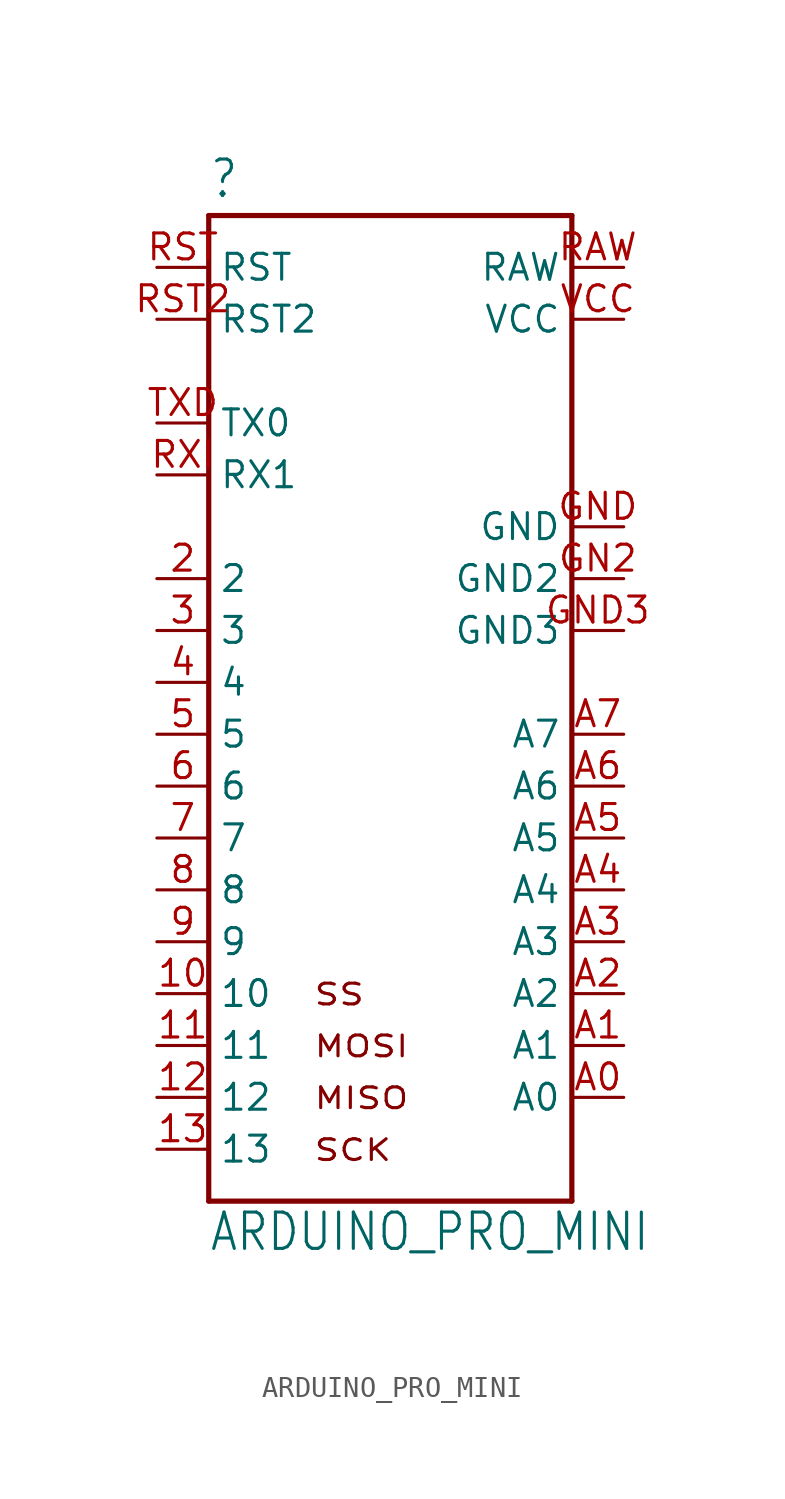
<source format=kicad_sym>
(kicad_symbol_lib
  (version 20201005)
  (generator kicad_symbol_editor)
  (symbol "ARDUINO_PRO_MINI"
    (property "Reference" ""
      (at -7.62 21.082 0)
      (effects (font (size 1.778 1.511)) (justify left bottom)))
    (property "Value" "ARDUINO_PRO_MINI"
      (at -7.62 -30.48 0)
      (effects (font (size 1.778 1.511)) (justify left bottom)))
    (property "ki_locked" ""
      (at 0 0 0)
      (effects (font (size 1.27 1.27))))
    (symbol "ARDUINO_PRO_MINI_1_0"
      (text "SS" (at -2.54 -18.415 0) (effects (font (size 1.016 1.27)) (justify left bottom)))
      (text "MOSI" (at -2.54 -20.955 0) (effects (font (size 1.016 1.27)) (justify left bottom)))
      (text "MISO" (at -2.54 -23.495 0) (effects (font (size 1.016 1.27)) (justify left bottom)))
      (text "SCK" (at -2.54 -26.035 0) (effects (font (size 1.016 1.27)) (justify left bottom)))
      (polyline (pts (xy -7.62 20.32) (xy -7.62 -27.94)) (stroke (width 0.254)) (fill (type none)))
      (polyline (pts (xy -7.62 -27.94) (xy 10.16 -27.94)) (stroke (width 0.254)) (fill (type none)))
      (polyline (pts (xy 10.16 -27.94) (xy 10.16 20.32)) (stroke (width 0.254)) (fill (type none)))
      (polyline (pts (xy 10.16 20.32) (xy -7.62 20.32)) (stroke (width 0.254)) (fill (type none)))
      (pin bidirectional line (at -10.16 2.54 0) (length 2.54) (name "2" (effects (font (size 1.27 1.27)))) (number "2" (effects (font (size 1.27 1.27)))))
      (pin bidirectional line (at -10.16 0 0) (length 2.54) (name "3" (effects (font (size 1.27 1.27)))) (number "3" (effects (font (size 1.27 1.27)))))
      (pin bidirectional line (at -10.16 -2.54 0) (length 2.54) (name "4" (effects (font (size 1.27 1.27)))) (number "4" (effects (font (size 1.27 1.27)))))
      (pin bidirectional line (at -10.16 -5.08 0) (length 2.54) (name "5" (effects (font (size 1.27 1.27)))) (number "5" (effects (font (size 1.27 1.27)))))
      (pin bidirectional line (at -10.16 -7.62 0) (length 2.54) (name "6" (effects (font (size 1.27 1.27)))) (number "6" (effects (font (size 1.27 1.27)))))
      (pin bidirectional line (at -10.16 -10.16 0) (length 2.54) (name "7" (effects (font (size 1.27 1.27)))) (number "7" (effects (font (size 1.27 1.27)))))
      (pin bidirectional line (at -10.16 -12.7 0) (length 2.54) (name "8" (effects (font (size 1.27 1.27)))) (number "8" (effects (font (size 1.27 1.27)))))
      (pin bidirectional line (at -10.16 -15.24 0) (length 2.54) (name "9" (effects (font (size 1.27 1.27)))) (number "9" (effects (font (size 1.27 1.27)))))
      (pin bidirectional line (at -10.16 -17.78 0) (length 2.54) (name "10" (effects (font (size 1.27 1.27)))) (number "10" (effects (font (size 1.27 1.27)))))
      (pin bidirectional line (at -10.16 -20.32 0) (length 2.54) (name "11" (effects (font (size 1.27 1.27)))) (number "11" (effects (font (size 1.27 1.27)))))
      (pin bidirectional line (at -10.16 -22.86 0) (length 2.54) (name "12" (effects (font (size 1.27 1.27)))) (number "12" (effects (font (size 1.27 1.27)))))
      (pin bidirectional line (at -10.16 -25.4 0) (length 2.54) (name "13" (effects (font (size 1.27 1.27)))) (number "13" (effects (font (size 1.27 1.27)))))
      (pin bidirectional line (at 12.7 -22.86 180) (length 2.54) (name "A0" (effects (font (size 1.27 1.27)))) (number "A0" (effects (font (size 1.27 1.27)))))
      (pin bidirectional line (at 12.7 -20.32 180) (length 2.54) (name "A1" (effects (font (size 1.27 1.27)))) (number "A1" (effects (font (size 1.27 1.27)))))
      (pin bidirectional line (at 12.7 -17.78 180) (length 2.54) (name "A2" (effects (font (size 1.27 1.27)))) (number "A2" (effects (font (size 1.27 1.27)))))
      (pin bidirectional line (at 12.7 -15.24 180) (length 2.54) (name "A3" (effects (font (size 1.27 1.27)))) (number "A3" (effects (font (size 1.27 1.27)))))
      (pin bidirectional line (at 12.7 5.08 180) (length 2.54) (name "GND" (effects (font (size 1.27 1.27)))) (number "GND" (effects (font (size 1.27 1.27)))))
      (pin bidirectional line (at 12.7 2.54 180) (length 2.54) (name "GND2" (effects (font (size 1.27 1.27)))) (number "GN2" (effects (font (size 1.27 1.27)))))
      (pin bidirectional line (at 12.7 17.78 180) (length 2.54) (name "RAW" (effects (font (size 1.27 1.27)))) (number "RAW" (effects (font (size 1.27 1.27)))))
      (pin bidirectional line (at -10.16 17.78 0) (length 2.54) (name "RST" (effects (font (size 1.27 1.27)))) (number "RST" (effects (font (size 1.27 1.27)))))
      (pin bidirectional line (at -10.16 15.24 0) (length 2.54) (name "RST2" (effects (font (size 1.27 1.27)))) (number "RST2" (effects (font (size 1.27 1.27)))))
      (pin bidirectional line (at -10.16 7.62 0) (length 2.54) (name "RX1" (effects (font (size 1.27 1.27)))) (number "RXI" (effects (font (size 1.27 1.27)))))
      (pin bidirectional line (at -10.16 10.16 0) (length 2.54) (name "TX0" (effects (font (size 1.27 1.27)))) (number "TXD" (effects (font (size 1.27 1.27)))))
      (pin bidirectional line (at 12.7 15.24 180) (length 2.54) (name "VCC" (effects (font (size 1.27 1.27)))) (number "VCC" (effects (font (size 1.27 1.27)))))
      (pin bidirectional line (at 12.7 -12.7 180) (length 2.54) (name "A4" (effects (font (size 1.27 1.27)))) (number "A4" (effects (font (size 1.27 1.27)))))
      (pin bidirectional line (at 12.7 -10.16 180) (length 2.54) (name "A5" (effects (font (size 1.27 1.27)))) (number "A5" (effects (font (size 1.27 1.27)))))
      (pin bidirectional line (at 12.7 -7.62 180) (length 2.54) (name "A6" (effects (font (size 1.27 1.27)))) (number "A6" (effects (font (size 1.27 1.27)))))
      (pin bidirectional line (at 12.7 -5.08 180) (length 2.54) (name "A7" (effects (font (size 1.27 1.27)))) (number "A7" (effects (font (size 1.27 1.27)))))
      (pin bidirectional line (at 12.7 0 180) (length 2.54) (name "GND3" (effects (font (size 1.27 1.27)))) (number "GND3" (effects (font (size 1.27 1.27))))))))
</source>
